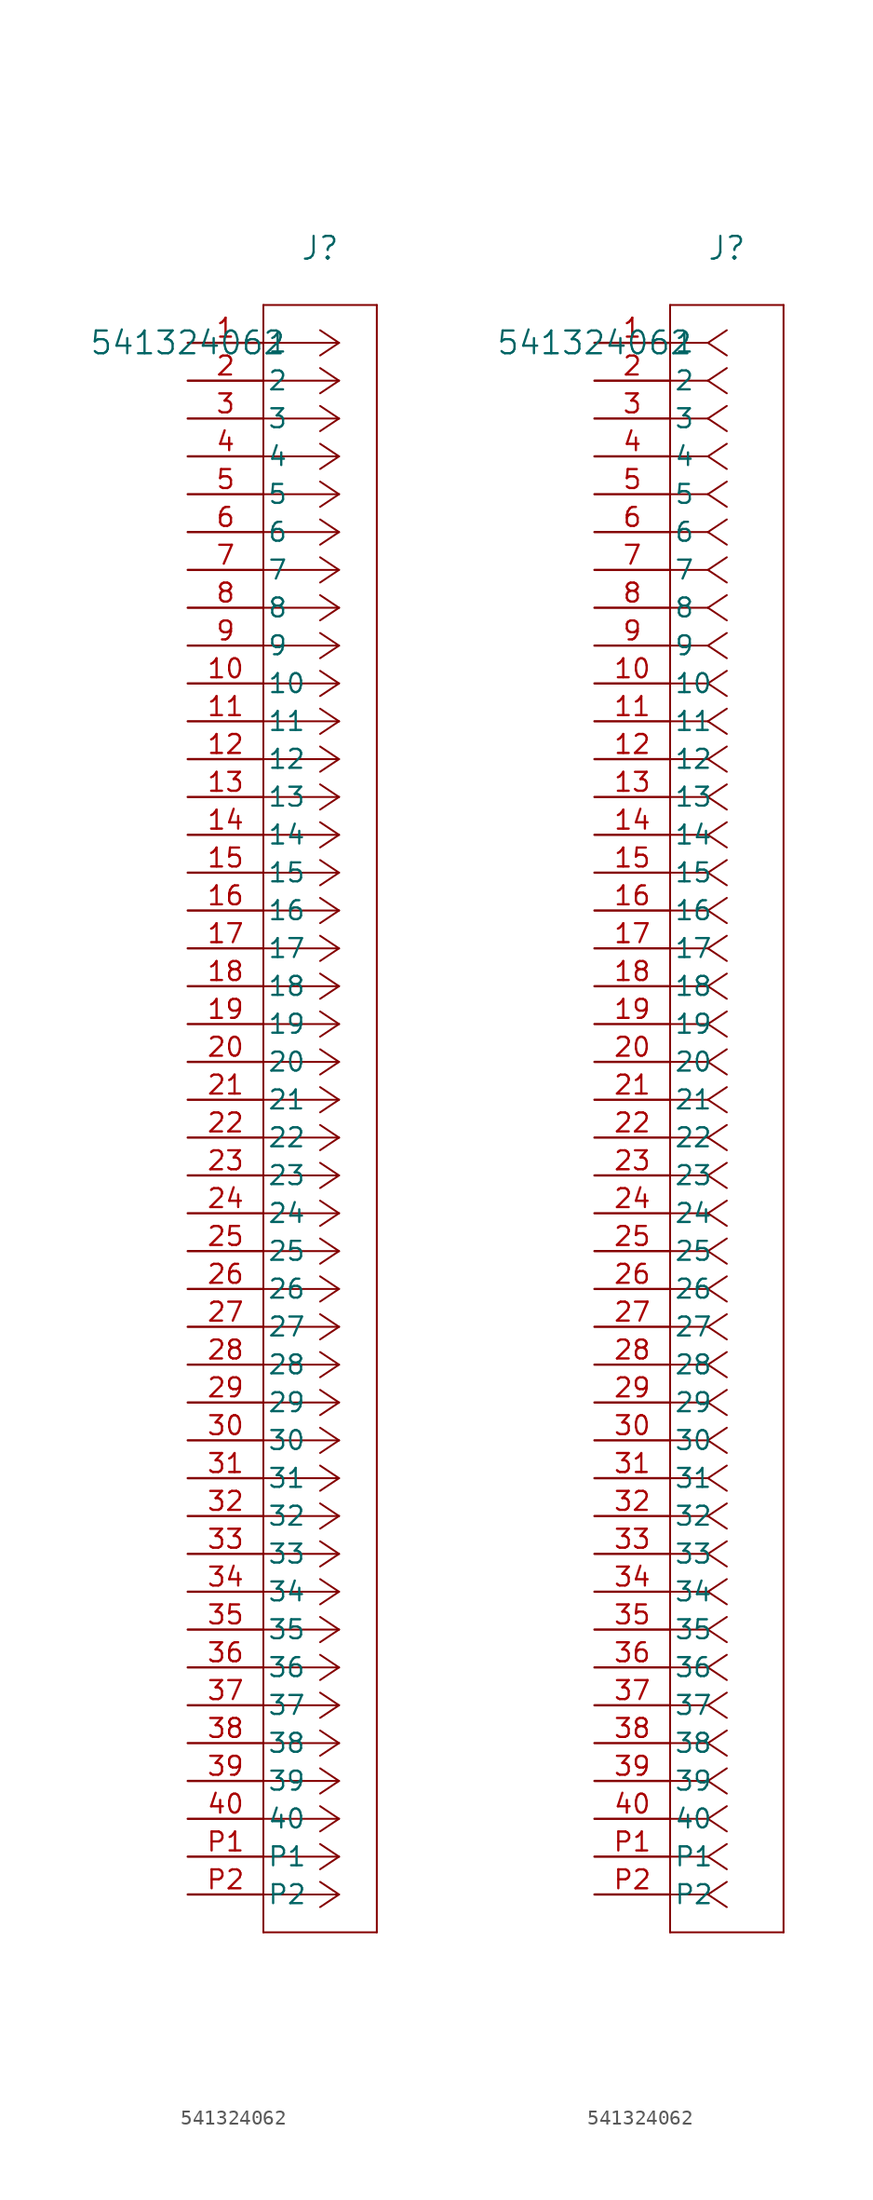
<source format=kicad_sym>
(kicad_symbol_lib
  (version 20231120)
  (generator "kicad_symbol_editor")
  (generator_version "8.0")
  (symbol "541324062"
    (pin_names
      (offset 0.254))
    (property "Reference" "J"
      (at 8.89 6.35 0)
      (effects (font (size 1.524 1.524))))
    (property "Value" "541324062"
      (at 0 0 0)
      (effects (font (size 1.524 1.524))))
    (property "ki_locked" ""
      (at 0 0 0)
      (effects (font (size 1.27 1.27))))
    (symbol "541324062_1_1"
      (polyline (pts (xy 5.08 -106.68) (xy 12.7 -106.68)) (stroke (width 0.127) (type default)) (fill (type none)))
      (polyline (pts (xy 5.08 2.54) (xy 5.08 -106.68)) (stroke (width 0.127) (type default)) (fill (type none)))
      (polyline (pts (xy 10.16 -104.14) (xy 5.08 -104.14)) (stroke (width 0.127) (type default)) (fill (type none)))
      (polyline (pts (xy 10.16 -104.14) (xy 8.89 -104.987)) (stroke (width 0.127) (type default)) (fill (type none)))
      (polyline (pts (xy 10.16 -104.14) (xy 8.89 -103.293)) (stroke (width 0.127) (type default)) (fill (type none)))
      (polyline (pts (xy 10.16 -101.6) (xy 5.08 -101.6)) (stroke (width 0.127) (type default)) (fill (type none)))
      (polyline (pts (xy 10.16 -101.6) (xy 8.89 -102.447)) (stroke (width 0.127) (type default)) (fill (type none)))
      (polyline (pts (xy 10.16 -101.6) (xy 8.89 -100.753)) (stroke (width 0.127) (type default)) (fill (type none)))
      (polyline (pts (xy 10.16 -99.06) (xy 5.08 -99.06)) (stroke (width 0.127) (type default)) (fill (type none)))
      (polyline (pts (xy 10.16 -99.06) (xy 8.89 -99.907)) (stroke (width 0.127) (type default)) (fill (type none)))
      (polyline (pts (xy 10.16 -99.06) (xy 8.89 -98.213)) (stroke (width 0.127) (type default)) (fill (type none)))
      (polyline (pts (xy 10.16 -96.52) (xy 5.08 -96.52)) (stroke (width 0.127) (type default)) (fill (type none)))
      (polyline (pts (xy 10.16 -96.52) (xy 8.89 -97.367)) (stroke (width 0.127) (type default)) (fill (type none)))
      (polyline (pts (xy 10.16 -96.52) (xy 8.89 -95.673)) (stroke (width 0.127) (type default)) (fill (type none)))
      (polyline (pts (xy 10.16 -93.98) (xy 5.08 -93.98)) (stroke (width 0.127) (type default)) (fill (type none)))
      (polyline (pts (xy 10.16 -93.98) (xy 8.89 -94.827)) (stroke (width 0.127) (type default)) (fill (type none)))
      (polyline (pts (xy 10.16 -93.98) (xy 8.89 -93.133)) (stroke (width 0.127) (type default)) (fill (type none)))
      (polyline (pts (xy 10.16 -91.44) (xy 5.08 -91.44)) (stroke (width 0.127) (type default)) (fill (type none)))
      (polyline (pts (xy 10.16 -91.44) (xy 8.89 -92.287)) (stroke (width 0.127) (type default)) (fill (type none)))
      (polyline (pts (xy 10.16 -91.44) (xy 8.89 -90.593)) (stroke (width 0.127) (type default)) (fill (type none)))
      (polyline (pts (xy 10.16 -88.9) (xy 5.08 -88.9)) (stroke (width 0.127) (type default)) (fill (type none)))
      (polyline (pts (xy 10.16 -88.9) (xy 8.89 -89.747)) (stroke (width 0.127) (type default)) (fill (type none)))
      (polyline (pts (xy 10.16 -88.9) (xy 8.89 -88.053)) (stroke (width 0.127) (type default)) (fill (type none)))
      (polyline (pts (xy 10.16 -86.36) (xy 5.08 -86.36)) (stroke (width 0.127) (type default)) (fill (type none)))
      (polyline (pts (xy 10.16 -86.36) (xy 8.89 -87.207)) (stroke (width 0.127) (type default)) (fill (type none)))
      (polyline (pts (xy 10.16 -86.36) (xy 8.89 -85.513)) (stroke (width 0.127) (type default)) (fill (type none)))
      (polyline (pts (xy 10.16 -83.82) (xy 5.08 -83.82)) (stroke (width 0.127) (type default)) (fill (type none)))
      (polyline (pts (xy 10.16 -83.82) (xy 8.89 -84.667)) (stroke (width 0.127) (type default)) (fill (type none)))
      (polyline (pts (xy 10.16 -83.82) (xy 8.89 -82.973)) (stroke (width 0.127) (type default)) (fill (type none)))
      (polyline (pts (xy 10.16 -81.28) (xy 5.08 -81.28)) (stroke (width 0.127) (type default)) (fill (type none)))
      (polyline (pts (xy 10.16 -81.28) (xy 8.89 -82.127)) (stroke (width 0.127) (type default)) (fill (type none)))
      (polyline (pts (xy 10.16 -81.28) (xy 8.89 -80.433)) (stroke (width 0.127) (type default)) (fill (type none)))
      (polyline (pts (xy 10.16 -78.74) (xy 5.08 -78.74)) (stroke (width 0.127) (type default)) (fill (type none)))
      (polyline (pts (xy 10.16 -78.74) (xy 8.89 -79.587)) (stroke (width 0.127) (type default)) (fill (type none)))
      (polyline (pts (xy 10.16 -78.74) (xy 8.89 -77.893)) (stroke (width 0.127) (type default)) (fill (type none)))
      (polyline (pts (xy 10.16 -76.2) (xy 5.08 -76.2)) (stroke (width 0.127) (type default)) (fill (type none)))
      (polyline (pts (xy 10.16 -76.2) (xy 8.89 -77.047)) (stroke (width 0.127) (type default)) (fill (type none)))
      (polyline (pts (xy 10.16 -76.2) (xy 8.89 -75.353)) (stroke (width 0.127) (type default)) (fill (type none)))
      (polyline (pts (xy 10.16 -73.66) (xy 5.08 -73.66)) (stroke (width 0.127) (type default)) (fill (type none)))
      (polyline (pts (xy 10.16 -73.66) (xy 8.89 -74.507)) (stroke (width 0.127) (type default)) (fill (type none)))
      (polyline (pts (xy 10.16 -73.66) (xy 8.89 -72.813)) (stroke (width 0.127) (type default)) (fill (type none)))
      (polyline (pts (xy 10.16 -71.12) (xy 5.08 -71.12)) (stroke (width 0.127) (type default)) (fill (type none)))
      (polyline (pts (xy 10.16 -71.12) (xy 8.89 -71.967)) (stroke (width 0.127) (type default)) (fill (type none)))
      (polyline (pts (xy 10.16 -71.12) (xy 8.89 -70.273)) (stroke (width 0.127) (type default)) (fill (type none)))
      (polyline (pts (xy 10.16 -68.58) (xy 5.08 -68.58)) (stroke (width 0.127) (type default)) (fill (type none)))
      (polyline (pts (xy 10.16 -68.58) (xy 8.89 -69.427)) (stroke (width 0.127) (type default)) (fill (type none)))
      (polyline (pts (xy 10.16 -68.58) (xy 8.89 -67.733)) (stroke (width 0.127) (type default)) (fill (type none)))
      (polyline (pts (xy 10.16 -66.04) (xy 5.08 -66.04)) (stroke (width 0.127) (type default)) (fill (type none)))
      (polyline (pts (xy 10.16 -66.04) (xy 8.89 -66.887)) (stroke (width 0.127) (type default)) (fill (type none)))
      (polyline (pts (xy 10.16 -66.04) (xy 8.89 -65.193)) (stroke (width 0.127) (type default)) (fill (type none)))
      (polyline (pts (xy 10.16 -63.5) (xy 5.08 -63.5)) (stroke (width 0.127) (type default)) (fill (type none)))
      (polyline (pts (xy 10.16 -63.5) (xy 8.89 -64.347)) (stroke (width 0.127) (type default)) (fill (type none)))
      (polyline (pts (xy 10.16 -63.5) (xy 8.89 -62.653)) (stroke (width 0.127) (type default)) (fill (type none)))
      (polyline (pts (xy 10.16 -60.96) (xy 5.08 -60.96)) (stroke (width 0.127) (type default)) (fill (type none)))
      (polyline (pts (xy 10.16 -60.96) (xy 8.89 -61.807)) (stroke (width 0.127) (type default)) (fill (type none)))
      (polyline (pts (xy 10.16 -60.96) (xy 8.89 -60.113)) (stroke (width 0.127) (type default)) (fill (type none)))
      (polyline (pts (xy 10.16 -58.42) (xy 5.08 -58.42)) (stroke (width 0.127) (type default)) (fill (type none)))
      (polyline (pts (xy 10.16 -58.42) (xy 8.89 -59.267)) (stroke (width 0.127) (type default)) (fill (type none)))
      (polyline (pts (xy 10.16 -58.42) (xy 8.89 -57.573)) (stroke (width 0.127) (type default)) (fill (type none)))
      (polyline (pts (xy 10.16 -55.88) (xy 5.08 -55.88)) (stroke (width 0.127) (type default)) (fill (type none)))
      (polyline (pts (xy 10.16 -55.88) (xy 8.89 -56.727)) (stroke (width 0.127) (type default)) (fill (type none)))
      (polyline (pts (xy 10.16 -55.88) (xy 8.89 -55.033)) (stroke (width 0.127) (type default)) (fill (type none)))
      (polyline (pts (xy 10.16 -53.34) (xy 5.08 -53.34)) (stroke (width 0.127) (type default)) (fill (type none)))
      (polyline (pts (xy 10.16 -53.34) (xy 8.89 -54.187)) (stroke (width 0.127) (type default)) (fill (type none)))
      (polyline (pts (xy 10.16 -53.34) (xy 8.89 -52.493)) (stroke (width 0.127) (type default)) (fill (type none)))
      (polyline (pts (xy 10.16 -50.8) (xy 5.08 -50.8)) (stroke (width 0.127) (type default)) (fill (type none)))
      (polyline (pts (xy 10.16 -50.8) (xy 8.89 -51.647)) (stroke (width 0.127) (type default)) (fill (type none)))
      (polyline (pts (xy 10.16 -50.8) (xy 8.89 -49.953)) (stroke (width 0.127) (type default)) (fill (type none)))
      (polyline (pts (xy 10.16 -48.26) (xy 5.08 -48.26)) (stroke (width 0.127) (type default)) (fill (type none)))
      (polyline (pts (xy 10.16 -48.26) (xy 8.89 -49.107)) (stroke (width 0.127) (type default)) (fill (type none)))
      (polyline (pts (xy 10.16 -48.26) (xy 8.89 -47.413)) (stroke (width 0.127) (type default)) (fill (type none)))
      (polyline (pts (xy 10.16 -45.72) (xy 5.08 -45.72)) (stroke (width 0.127) (type default)) (fill (type none)))
      (polyline (pts (xy 10.16 -45.72) (xy 8.89 -46.567)) (stroke (width 0.127) (type default)) (fill (type none)))
      (polyline (pts (xy 10.16 -45.72) (xy 8.89 -44.873)) (stroke (width 0.127) (type default)) (fill (type none)))
      (polyline (pts (xy 10.16 -43.18) (xy 5.08 -43.18)) (stroke (width 0.127) (type default)) (fill (type none)))
      (polyline (pts (xy 10.16 -43.18) (xy 8.89 -44.027)) (stroke (width 0.127) (type default)) (fill (type none)))
      (polyline (pts (xy 10.16 -43.18) (xy 8.89 -42.333)) (stroke (width 0.127) (type default)) (fill (type none)))
      (polyline (pts (xy 10.16 -40.64) (xy 5.08 -40.64)) (stroke (width 0.127) (type default)) (fill (type none)))
      (polyline (pts (xy 10.16 -40.64) (xy 8.89 -41.487)) (stroke (width 0.127) (type default)) (fill (type none)))
      (polyline (pts (xy 10.16 -40.64) (xy 8.89 -39.793)) (stroke (width 0.127) (type default)) (fill (type none)))
      (polyline (pts (xy 10.16 -38.1) (xy 5.08 -38.1)) (stroke (width 0.127) (type default)) (fill (type none)))
      (polyline (pts (xy 10.16 -38.1) (xy 8.89 -38.947)) (stroke (width 0.127) (type default)) (fill (type none)))
      (polyline (pts (xy 10.16 -38.1) (xy 8.89 -37.253)) (stroke (width 0.127) (type default)) (fill (type none)))
      (polyline (pts (xy 10.16 -35.56) (xy 5.08 -35.56)) (stroke (width 0.127) (type default)) (fill (type none)))
      (polyline (pts (xy 10.16 -35.56) (xy 8.89 -36.407)) (stroke (width 0.127) (type default)) (fill (type none)))
      (polyline (pts (xy 10.16 -35.56) (xy 8.89 -34.713)) (stroke (width 0.127) (type default)) (fill (type none)))
      (polyline (pts (xy 10.16 -33.02) (xy 5.08 -33.02)) (stroke (width 0.127) (type default)) (fill (type none)))
      (polyline (pts (xy 10.16 -33.02) (xy 8.89 -33.867)) (stroke (width 0.127) (type default)) (fill (type none)))
      (polyline (pts (xy 10.16 -33.02) (xy 8.89 -32.173)) (stroke (width 0.127) (type default)) (fill (type none)))
      (polyline (pts (xy 10.16 -30.48) (xy 5.08 -30.48)) (stroke (width 0.127) (type default)) (fill (type none)))
      (polyline (pts (xy 10.16 -30.48) (xy 8.89 -31.327)) (stroke (width 0.127) (type default)) (fill (type none)))
      (polyline (pts (xy 10.16 -30.48) (xy 8.89 -29.633)) (stroke (width 0.127) (type default)) (fill (type none)))
      (polyline (pts (xy 10.16 -27.94) (xy 5.08 -27.94)) (stroke (width 0.127) (type default)) (fill (type none)))
      (polyline (pts (xy 10.16 -27.94) (xy 8.89 -28.787)) (stroke (width 0.127) (type default)) (fill (type none)))
      (polyline (pts (xy 10.16 -27.94) (xy 8.89 -27.093)) (stroke (width 0.127) (type default)) (fill (type none)))
      (polyline (pts (xy 10.16 -25.4) (xy 5.08 -25.4)) (stroke (width 0.127) (type default)) (fill (type none)))
      (polyline (pts (xy 10.16 -25.4) (xy 8.89 -26.247)) (stroke (width 0.127) (type default)) (fill (type none)))
      (polyline (pts (xy 10.16 -25.4) (xy 8.89 -24.553)) (stroke (width 0.127) (type default)) (fill (type none)))
      (polyline (pts (xy 10.16 -22.86) (xy 5.08 -22.86)) (stroke (width 0.127) (type default)) (fill (type none)))
      (polyline (pts (xy 10.16 -22.86) (xy 8.89 -23.707)) (stroke (width 0.127) (type default)) (fill (type none)))
      (polyline (pts (xy 10.16 -22.86) (xy 8.89 -22.013)) (stroke (width 0.127) (type default)) (fill (type none)))
      (polyline (pts (xy 10.16 -20.32) (xy 5.08 -20.32)) (stroke (width 0.127) (type default)) (fill (type none)))
      (polyline (pts (xy 10.16 -20.32) (xy 8.89 -21.167)) (stroke (width 0.127) (type default)) (fill (type none)))
      (polyline (pts (xy 10.16 -20.32) (xy 8.89 -19.473)) (stroke (width 0.127) (type default)) (fill (type none)))
      (polyline (pts (xy 10.16 -17.78) (xy 5.08 -17.78)) (stroke (width 0.127) (type default)) (fill (type none)))
      (polyline (pts (xy 10.16 -17.78) (xy 8.89 -18.627)) (stroke (width 0.127) (type default)) (fill (type none)))
      (polyline (pts (xy 10.16 -17.78) (xy 8.89 -16.933)) (stroke (width 0.127) (type default)) (fill (type none)))
      (polyline (pts (xy 10.16 -15.24) (xy 5.08 -15.24)) (stroke (width 0.127) (type default)) (fill (type none)))
      (polyline (pts (xy 10.16 -15.24) (xy 8.89 -16.087)) (stroke (width 0.127) (type default)) (fill (type none)))
      (polyline (pts (xy 10.16 -15.24) (xy 8.89 -14.393)) (stroke (width 0.127) (type default)) (fill (type none)))
      (polyline (pts (xy 10.16 -12.7) (xy 5.08 -12.7)) (stroke (width 0.127) (type default)) (fill (type none)))
      (polyline (pts (xy 10.16 -12.7) (xy 8.89 -13.547)) (stroke (width 0.127) (type default)) (fill (type none)))
      (polyline (pts (xy 10.16 -12.7) (xy 8.89 -11.853)) (stroke (width 0.127) (type default)) (fill (type none)))
      (polyline (pts (xy 10.16 -10.16) (xy 5.08 -10.16)) (stroke (width 0.127) (type default)) (fill (type none)))
      (polyline (pts (xy 10.16 -10.16) (xy 8.89 -11.007)) (stroke (width 0.127) (type default)) (fill (type none)))
      (polyline (pts (xy 10.16 -10.16) (xy 8.89 -9.313)) (stroke (width 0.127) (type default)) (fill (type none)))
      (polyline (pts (xy 10.16 -7.62) (xy 5.08 -7.62)) (stroke (width 0.127) (type default)) (fill (type none)))
      (polyline (pts (xy 10.16 -7.62) (xy 8.89 -8.467)) (stroke (width 0.127) (type default)) (fill (type none)))
      (polyline (pts (xy 10.16 -7.62) (xy 8.89 -6.773)) (stroke (width 0.127) (type default)) (fill (type none)))
      (polyline (pts (xy 10.16 -5.08) (xy 5.08 -5.08)) (stroke (width 0.127) (type default)) (fill (type none)))
      (polyline (pts (xy 10.16 -5.08) (xy 8.89 -5.927)) (stroke (width 0.127) (type default)) (fill (type none)))
      (polyline (pts (xy 10.16 -5.08) (xy 8.89 -4.233)) (stroke (width 0.127) (type default)) (fill (type none)))
      (polyline (pts (xy 10.16 -2.54) (xy 5.08 -2.54)) (stroke (width 0.127) (type default)) (fill (type none)))
      (polyline (pts (xy 10.16 -2.54) (xy 8.89 -3.387)) (stroke (width 0.127) (type default)) (fill (type none)))
      (polyline (pts (xy 10.16 -2.54) (xy 8.89 -1.693)) (stroke (width 0.127) (type default)) (fill (type none)))
      (polyline (pts (xy 10.16 0) (xy 5.08 0)) (stroke (width 0.127) (type default)) (fill (type none)))
      (polyline (pts (xy 10.16 0) (xy 8.89 -0.847)) (stroke (width 0.127) (type default)) (fill (type none)))
      (polyline (pts (xy 10.16 0) (xy 8.89 0.847)) (stroke (width 0.127) (type default)) (fill (type none)))
      (polyline (pts (xy 12.7 -106.68) (xy 12.7 2.54)) (stroke (width 0.127) (type default)) (fill (type none)))
      (polyline (pts (xy 12.7 2.54) (xy 5.08 2.54)) (stroke (width 0.127) (type default)) (fill (type none)))
      (pin unspecified line (at 0 0 0) (length 5.08) (name "1" (effects (font (size 1.27 1.27)))) (number "1" (effects (font (size 1.27 1.27)))))
      (pin unspecified line (at 0 -22.86 0) (length 5.08) (name "10" (effects (font (size 1.27 1.27)))) (number "10" (effects (font (size 1.27 1.27)))))
      (pin unspecified line (at 0 -25.4 0) (length 5.08) (name "11" (effects (font (size 1.27 1.27)))) (number "11" (effects (font (size 1.27 1.27)))))
      (pin unspecified line (at 0 -27.94 0) (length 5.08) (name "12" (effects (font (size 1.27 1.27)))) (number "12" (effects (font (size 1.27 1.27)))))
      (pin unspecified line (at 0 -30.48 0) (length 5.08) (name "13" (effects (font (size 1.27 1.27)))) (number "13" (effects (font (size 1.27 1.27)))))
      (pin unspecified line (at 0 -33.02 0) (length 5.08) (name "14" (effects (font (size 1.27 1.27)))) (number "14" (effects (font (size 1.27 1.27)))))
      (pin unspecified line (at 0 -35.56 0) (length 5.08) (name "15" (effects (font (size 1.27 1.27)))) (number "15" (effects (font (size 1.27 1.27)))))
      (pin unspecified line (at 0 -38.1 0) (length 5.08) (name "16" (effects (font (size 1.27 1.27)))) (number "16" (effects (font (size 1.27 1.27)))))
      (pin unspecified line (at 0 -40.64 0) (length 5.08) (name "17" (effects (font (size 1.27 1.27)))) (number "17" (effects (font (size 1.27 1.27)))))
      (pin unspecified line (at 0 -43.18 0) (length 5.08) (name "18" (effects (font (size 1.27 1.27)))) (number "18" (effects (font (size 1.27 1.27)))))
      (pin unspecified line (at 0 -45.72 0) (length 5.08) (name "19" (effects (font (size 1.27 1.27)))) (number "19" (effects (font (size 1.27 1.27)))))
      (pin unspecified line (at 0 -2.54 0) (length 5.08) (name "2" (effects (font (size 1.27 1.27)))) (number "2" (effects (font (size 1.27 1.27)))))
      (pin unspecified line (at 0 -48.26 0) (length 5.08) (name "20" (effects (font (size 1.27 1.27)))) (number "20" (effects (font (size 1.27 1.27)))))
      (pin unspecified line (at 0 -50.8 0) (length 5.08) (name "21" (effects (font (size 1.27 1.27)))) (number "21" (effects (font (size 1.27 1.27)))))
      (pin unspecified line (at 0 -53.34 0) (length 5.08) (name "22" (effects (font (size 1.27 1.27)))) (number "22" (effects (font (size 1.27 1.27)))))
      (pin unspecified line (at 0 -55.88 0) (length 5.08) (name "23" (effects (font (size 1.27 1.27)))) (number "23" (effects (font (size 1.27 1.27)))))
      (pin unspecified line (at 0 -58.42 0) (length 5.08) (name "24" (effects (font (size 1.27 1.27)))) (number "24" (effects (font (size 1.27 1.27)))))
      (pin unspecified line (at 0 -60.96 0) (length 5.08) (name "25" (effects (font (size 1.27 1.27)))) (number "25" (effects (font (size 1.27 1.27)))))
      (pin unspecified line (at 0 -63.5 0) (length 5.08) (name "26" (effects (font (size 1.27 1.27)))) (number "26" (effects (font (size 1.27 1.27)))))
      (pin unspecified line (at 0 -66.04 0) (length 5.08) (name "27" (effects (font (size 1.27 1.27)))) (number "27" (effects (font (size 1.27 1.27)))))
      (pin unspecified line (at 0 -68.58 0) (length 5.08) (name "28" (effects (font (size 1.27 1.27)))) (number "28" (effects (font (size 1.27 1.27)))))
      (pin unspecified line (at 0 -71.12 0) (length 5.08) (name "29" (effects (font (size 1.27 1.27)))) (number "29" (effects (font (size 1.27 1.27)))))
      (pin unspecified line (at 0 -5.08 0) (length 5.08) (name "3" (effects (font (size 1.27 1.27)))) (number "3" (effects (font (size 1.27 1.27)))))
      (pin unspecified line (at 0 -73.66 0) (length 5.08) (name "30" (effects (font (size 1.27 1.27)))) (number "30" (effects (font (size 1.27 1.27)))))
      (pin unspecified line (at 0 -76.2 0) (length 5.08) (name "31" (effects (font (size 1.27 1.27)))) (number "31" (effects (font (size 1.27 1.27)))))
      (pin unspecified line (at 0 -78.74 0) (length 5.08) (name "32" (effects (font (size 1.27 1.27)))) (number "32" (effects (font (size 1.27 1.27)))))
      (pin unspecified line (at 0 -81.28 0) (length 5.08) (name "33" (effects (font (size 1.27 1.27)))) (number "33" (effects (font (size 1.27 1.27)))))
      (pin unspecified line (at 0 -83.82 0) (length 5.08) (name "34" (effects (font (size 1.27 1.27)))) (number "34" (effects (font (size 1.27 1.27)))))
      (pin unspecified line (at 0 -86.36 0) (length 5.08) (name "35" (effects (font (size 1.27 1.27)))) (number "35" (effects (font (size 1.27 1.27)))))
      (pin unspecified line (at 0 -88.9 0) (length 5.08) (name "36" (effects (font (size 1.27 1.27)))) (number "36" (effects (font (size 1.27 1.27)))))
      (pin unspecified line (at 0 -91.44 0) (length 5.08) (name "37" (effects (font (size 1.27 1.27)))) (number "37" (effects (font (size 1.27 1.27)))))
      (pin unspecified line (at 0 -93.98 0) (length 5.08) (name "38" (effects (font (size 1.27 1.27)))) (number "38" (effects (font (size 1.27 1.27)))))
      (pin unspecified line (at 0 -96.52 0) (length 5.08) (name "39" (effects (font (size 1.27 1.27)))) (number "39" (effects (font (size 1.27 1.27)))))
      (pin unspecified line (at 0 -7.62 0) (length 5.08) (name "4" (effects (font (size 1.27 1.27)))) (number "4" (effects (font (size 1.27 1.27)))))
      (pin unspecified line (at 0 -99.06 0) (length 5.08) (name "40" (effects (font (size 1.27 1.27)))) (number "40" (effects (font (size 1.27 1.27)))))
      (pin unspecified line (at 0 -10.16 0) (length 5.08) (name "5" (effects (font (size 1.27 1.27)))) (number "5" (effects (font (size 1.27 1.27)))))
      (pin unspecified line (at 0 -12.7 0) (length 5.08) (name "6" (effects (font (size 1.27 1.27)))) (number "6" (effects (font (size 1.27 1.27)))))
      (pin unspecified line (at 0 -15.24 0) (length 5.08) (name "7" (effects (font (size 1.27 1.27)))) (number "7" (effects (font (size 1.27 1.27)))))
      (pin unspecified line (at 0 -17.78 0) (length 5.08) (name "8" (effects (font (size 1.27 1.27)))) (number "8" (effects (font (size 1.27 1.27)))))
      (pin unspecified line (at 0 -20.32 0) (length 5.08) (name "9" (effects (font (size 1.27 1.27)))) (number "9" (effects (font (size 1.27 1.27)))))
      (pin unspecified line (at 0 -101.6 0) (length 5.08) (name "P1" (effects (font (size 1.27 1.27)))) (number "P1" (effects (font (size 1.27 1.27)))))
      (pin unspecified line (at 0 -104.14 0) (length 5.08) (name "P2" (effects (font (size 1.27 1.27)))) (number "P2" (effects (font (size 1.27 1.27))))))
    (symbol "541324062_1_2"
      (polyline (pts (xy 5.08 -106.68) (xy 12.7 -106.68)) (stroke (width 0.127) (type default)) (fill (type none)))
      (polyline (pts (xy 5.08 2.54) (xy 5.08 -106.68)) (stroke (width 0.127) (type default)) (fill (type none)))
      (polyline (pts (xy 7.62 -104.14) (xy 5.08 -104.14)) (stroke (width 0.127) (type default)) (fill (type none)))
      (polyline (pts (xy 7.62 -104.14) (xy 8.89 -104.987)) (stroke (width 0.127) (type default)) (fill (type none)))
      (polyline (pts (xy 7.62 -104.14) (xy 8.89 -103.293)) (stroke (width 0.127) (type default)) (fill (type none)))
      (polyline (pts (xy 7.62 -101.6) (xy 5.08 -101.6)) (stroke (width 0.127) (type default)) (fill (type none)))
      (polyline (pts (xy 7.62 -101.6) (xy 8.89 -102.447)) (stroke (width 0.127) (type default)) (fill (type none)))
      (polyline (pts (xy 7.62 -101.6) (xy 8.89 -100.753)) (stroke (width 0.127) (type default)) (fill (type none)))
      (polyline (pts (xy 7.62 -99.06) (xy 5.08 -99.06)) (stroke (width 0.127) (type default)) (fill (type none)))
      (polyline (pts (xy 7.62 -99.06) (xy 8.89 -99.907)) (stroke (width 0.127) (type default)) (fill (type none)))
      (polyline (pts (xy 7.62 -99.06) (xy 8.89 -98.213)) (stroke (width 0.127) (type default)) (fill (type none)))
      (polyline (pts (xy 7.62 -96.52) (xy 5.08 -96.52)) (stroke (width 0.127) (type default)) (fill (type none)))
      (polyline (pts (xy 7.62 -96.52) (xy 8.89 -97.367)) (stroke (width 0.127) (type default)) (fill (type none)))
      (polyline (pts (xy 7.62 -96.52) (xy 8.89 -95.673)) (stroke (width 0.127) (type default)) (fill (type none)))
      (polyline (pts (xy 7.62 -93.98) (xy 5.08 -93.98)) (stroke (width 0.127) (type default)) (fill (type none)))
      (polyline (pts (xy 7.62 -93.98) (xy 8.89 -94.827)) (stroke (width 0.127) (type default)) (fill (type none)))
      (polyline (pts (xy 7.62 -93.98) (xy 8.89 -93.133)) (stroke (width 0.127) (type default)) (fill (type none)))
      (polyline (pts (xy 7.62 -91.44) (xy 5.08 -91.44)) (stroke (width 0.127) (type default)) (fill (type none)))
      (polyline (pts (xy 7.62 -91.44) (xy 8.89 -92.287)) (stroke (width 0.127) (type default)) (fill (type none)))
      (polyline (pts (xy 7.62 -91.44) (xy 8.89 -90.593)) (stroke (width 0.127) (type default)) (fill (type none)))
      (polyline (pts (xy 7.62 -88.9) (xy 5.08 -88.9)) (stroke (width 0.127) (type default)) (fill (type none)))
      (polyline (pts (xy 7.62 -88.9) (xy 8.89 -89.747)) (stroke (width 0.127) (type default)) (fill (type none)))
      (polyline (pts (xy 7.62 -88.9) (xy 8.89 -88.053)) (stroke (width 0.127) (type default)) (fill (type none)))
      (polyline (pts (xy 7.62 -86.36) (xy 5.08 -86.36)) (stroke (width 0.127) (type default)) (fill (type none)))
      (polyline (pts (xy 7.62 -86.36) (xy 8.89 -87.207)) (stroke (width 0.127) (type default)) (fill (type none)))
      (polyline (pts (xy 7.62 -86.36) (xy 8.89 -85.513)) (stroke (width 0.127) (type default)) (fill (type none)))
      (polyline (pts (xy 7.62 -83.82) (xy 5.08 -83.82)) (stroke (width 0.127) (type default)) (fill (type none)))
      (polyline (pts (xy 7.62 -83.82) (xy 8.89 -84.667)) (stroke (width 0.127) (type default)) (fill (type none)))
      (polyline (pts (xy 7.62 -83.82) (xy 8.89 -82.973)) (stroke (width 0.127) (type default)) (fill (type none)))
      (polyline (pts (xy 7.62 -81.28) (xy 5.08 -81.28)) (stroke (width 0.127) (type default)) (fill (type none)))
      (polyline (pts (xy 7.62 -81.28) (xy 8.89 -82.127)) (stroke (width 0.127) (type default)) (fill (type none)))
      (polyline (pts (xy 7.62 -81.28) (xy 8.89 -80.433)) (stroke (width 0.127) (type default)) (fill (type none)))
      (polyline (pts (xy 7.62 -78.74) (xy 5.08 -78.74)) (stroke (width 0.127) (type default)) (fill (type none)))
      (polyline (pts (xy 7.62 -78.74) (xy 8.89 -79.587)) (stroke (width 0.127) (type default)) (fill (type none)))
      (polyline (pts (xy 7.62 -78.74) (xy 8.89 -77.893)) (stroke (width 0.127) (type default)) (fill (type none)))
      (polyline (pts (xy 7.62 -76.2) (xy 5.08 -76.2)) (stroke (width 0.127) (type default)) (fill (type none)))
      (polyline (pts (xy 7.62 -76.2) (xy 8.89 -77.047)) (stroke (width 0.127) (type default)) (fill (type none)))
      (polyline (pts (xy 7.62 -76.2) (xy 8.89 -75.353)) (stroke (width 0.127) (type default)) (fill (type none)))
      (polyline (pts (xy 7.62 -73.66) (xy 5.08 -73.66)) (stroke (width 0.127) (type default)) (fill (type none)))
      (polyline (pts (xy 7.62 -73.66) (xy 8.89 -74.507)) (stroke (width 0.127) (type default)) (fill (type none)))
      (polyline (pts (xy 7.62 -73.66) (xy 8.89 -72.813)) (stroke (width 0.127) (type default)) (fill (type none)))
      (polyline (pts (xy 7.62 -71.12) (xy 5.08 -71.12)) (stroke (width 0.127) (type default)) (fill (type none)))
      (polyline (pts (xy 7.62 -71.12) (xy 8.89 -71.967)) (stroke (width 0.127) (type default)) (fill (type none)))
      (polyline (pts (xy 7.62 -71.12) (xy 8.89 -70.273)) (stroke (width 0.127) (type default)) (fill (type none)))
      (polyline (pts (xy 7.62 -68.58) (xy 5.08 -68.58)) (stroke (width 0.127) (type default)) (fill (type none)))
      (polyline (pts (xy 7.62 -68.58) (xy 8.89 -69.427)) (stroke (width 0.127) (type default)) (fill (type none)))
      (polyline (pts (xy 7.62 -68.58) (xy 8.89 -67.733)) (stroke (width 0.127) (type default)) (fill (type none)))
      (polyline (pts (xy 7.62 -66.04) (xy 5.08 -66.04)) (stroke (width 0.127) (type default)) (fill (type none)))
      (polyline (pts (xy 7.62 -66.04) (xy 8.89 -66.887)) (stroke (width 0.127) (type default)) (fill (type none)))
      (polyline (pts (xy 7.62 -66.04) (xy 8.89 -65.193)) (stroke (width 0.127) (type default)) (fill (type none)))
      (polyline (pts (xy 7.62 -63.5) (xy 5.08 -63.5)) (stroke (width 0.127) (type default)) (fill (type none)))
      (polyline (pts (xy 7.62 -63.5) (xy 8.89 -64.347)) (stroke (width 0.127) (type default)) (fill (type none)))
      (polyline (pts (xy 7.62 -63.5) (xy 8.89 -62.653)) (stroke (width 0.127) (type default)) (fill (type none)))
      (polyline (pts (xy 7.62 -60.96) (xy 5.08 -60.96)) (stroke (width 0.127) (type default)) (fill (type none)))
      (polyline (pts (xy 7.62 -60.96) (xy 8.89 -61.807)) (stroke (width 0.127) (type default)) (fill (type none)))
      (polyline (pts (xy 7.62 -60.96) (xy 8.89 -60.113)) (stroke (width 0.127) (type default)) (fill (type none)))
      (polyline (pts (xy 7.62 -58.42) (xy 5.08 -58.42)) (stroke (width 0.127) (type default)) (fill (type none)))
      (polyline (pts (xy 7.62 -58.42) (xy 8.89 -59.267)) (stroke (width 0.127) (type default)) (fill (type none)))
      (polyline (pts (xy 7.62 -58.42) (xy 8.89 -57.573)) (stroke (width 0.127) (type default)) (fill (type none)))
      (polyline (pts (xy 7.62 -55.88) (xy 5.08 -55.88)) (stroke (width 0.127) (type default)) (fill (type none)))
      (polyline (pts (xy 7.62 -55.88) (xy 8.89 -56.727)) (stroke (width 0.127) (type default)) (fill (type none)))
      (polyline (pts (xy 7.62 -55.88) (xy 8.89 -55.033)) (stroke (width 0.127) (type default)) (fill (type none)))
      (polyline (pts (xy 7.62 -53.34) (xy 5.08 -53.34)) (stroke (width 0.127) (type default)) (fill (type none)))
      (polyline (pts (xy 7.62 -53.34) (xy 8.89 -54.187)) (stroke (width 0.127) (type default)) (fill (type none)))
      (polyline (pts (xy 7.62 -53.34) (xy 8.89 -52.493)) (stroke (width 0.127) (type default)) (fill (type none)))
      (polyline (pts (xy 7.62 -50.8) (xy 5.08 -50.8)) (stroke (width 0.127) (type default)) (fill (type none)))
      (polyline (pts (xy 7.62 -50.8) (xy 8.89 -51.647)) (stroke (width 0.127) (type default)) (fill (type none)))
      (polyline (pts (xy 7.62 -50.8) (xy 8.89 -49.953)) (stroke (width 0.127) (type default)) (fill (type none)))
      (polyline (pts (xy 7.62 -48.26) (xy 5.08 -48.26)) (stroke (width 0.127) (type default)) (fill (type none)))
      (polyline (pts (xy 7.62 -48.26) (xy 8.89 -49.107)) (stroke (width 0.127) (type default)) (fill (type none)))
      (polyline (pts (xy 7.62 -48.26) (xy 8.89 -47.413)) (stroke (width 0.127) (type default)) (fill (type none)))
      (polyline (pts (xy 7.62 -45.72) (xy 5.08 -45.72)) (stroke (width 0.127) (type default)) (fill (type none)))
      (polyline (pts (xy 7.62 -45.72) (xy 8.89 -46.567)) (stroke (width 0.127) (type default)) (fill (type none)))
      (polyline (pts (xy 7.62 -45.72) (xy 8.89 -44.873)) (stroke (width 0.127) (type default)) (fill (type none)))
      (polyline (pts (xy 7.62 -43.18) (xy 5.08 -43.18)) (stroke (width 0.127) (type default)) (fill (type none)))
      (polyline (pts (xy 7.62 -43.18) (xy 8.89 -44.027)) (stroke (width 0.127) (type default)) (fill (type none)))
      (polyline (pts (xy 7.62 -43.18) (xy 8.89 -42.333)) (stroke (width 0.127) (type default)) (fill (type none)))
      (polyline (pts (xy 7.62 -40.64) (xy 5.08 -40.64)) (stroke (width 0.127) (type default)) (fill (type none)))
      (polyline (pts (xy 7.62 -40.64) (xy 8.89 -41.487)) (stroke (width 0.127) (type default)) (fill (type none)))
      (polyline (pts (xy 7.62 -40.64) (xy 8.89 -39.793)) (stroke (width 0.127) (type default)) (fill (type none)))
      (polyline (pts (xy 7.62 -38.1) (xy 5.08 -38.1)) (stroke (width 0.127) (type default)) (fill (type none)))
      (polyline (pts (xy 7.62 -38.1) (xy 8.89 -38.947)) (stroke (width 0.127) (type default)) (fill (type none)))
      (polyline (pts (xy 7.62 -38.1) (xy 8.89 -37.253)) (stroke (width 0.127) (type default)) (fill (type none)))
      (polyline (pts (xy 7.62 -35.56) (xy 5.08 -35.56)) (stroke (width 0.127) (type default)) (fill (type none)))
      (polyline (pts (xy 7.62 -35.56) (xy 8.89 -36.407)) (stroke (width 0.127) (type default)) (fill (type none)))
      (polyline (pts (xy 7.62 -35.56) (xy 8.89 -34.713)) (stroke (width 0.127) (type default)) (fill (type none)))
      (polyline (pts (xy 7.62 -33.02) (xy 5.08 -33.02)) (stroke (width 0.127) (type default)) (fill (type none)))
      (polyline (pts (xy 7.62 -33.02) (xy 8.89 -33.867)) (stroke (width 0.127) (type default)) (fill (type none)))
      (polyline (pts (xy 7.62 -33.02) (xy 8.89 -32.173)) (stroke (width 0.127) (type default)) (fill (type none)))
      (polyline (pts (xy 7.62 -30.48) (xy 5.08 -30.48)) (stroke (width 0.127) (type default)) (fill (type none)))
      (polyline (pts (xy 7.62 -30.48) (xy 8.89 -31.327)) (stroke (width 0.127) (type default)) (fill (type none)))
      (polyline (pts (xy 7.62 -30.48) (xy 8.89 -29.633)) (stroke (width 0.127) (type default)) (fill (type none)))
      (polyline (pts (xy 7.62 -27.94) (xy 5.08 -27.94)) (stroke (width 0.127) (type default)) (fill (type none)))
      (polyline (pts (xy 7.62 -27.94) (xy 8.89 -28.787)) (stroke (width 0.127) (type default)) (fill (type none)))
      (polyline (pts (xy 7.62 -27.94) (xy 8.89 -27.093)) (stroke (width 0.127) (type default)) (fill (type none)))
      (polyline (pts (xy 7.62 -25.4) (xy 5.08 -25.4)) (stroke (width 0.127) (type default)) (fill (type none)))
      (polyline (pts (xy 7.62 -25.4) (xy 8.89 -26.247)) (stroke (width 0.127) (type default)) (fill (type none)))
      (polyline (pts (xy 7.62 -25.4) (xy 8.89 -24.553)) (stroke (width 0.127) (type default)) (fill (type none)))
      (polyline (pts (xy 7.62 -22.86) (xy 5.08 -22.86)) (stroke (width 0.127) (type default)) (fill (type none)))
      (polyline (pts (xy 7.62 -22.86) (xy 8.89 -23.707)) (stroke (width 0.127) (type default)) (fill (type none)))
      (polyline (pts (xy 7.62 -22.86) (xy 8.89 -22.013)) (stroke (width 0.127) (type default)) (fill (type none)))
      (polyline (pts (xy 7.62 -20.32) (xy 5.08 -20.32)) (stroke (width 0.127) (type default)) (fill (type none)))
      (polyline (pts (xy 7.62 -20.32) (xy 8.89 -21.167)) (stroke (width 0.127) (type default)) (fill (type none)))
      (polyline (pts (xy 7.62 -20.32) (xy 8.89 -19.473)) (stroke (width 0.127) (type default)) (fill (type none)))
      (polyline (pts (xy 7.62 -17.78) (xy 5.08 -17.78)) (stroke (width 0.127) (type default)) (fill (type none)))
      (polyline (pts (xy 7.62 -17.78) (xy 8.89 -18.627)) (stroke (width 0.127) (type default)) (fill (type none)))
      (polyline (pts (xy 7.62 -17.78) (xy 8.89 -16.933)) (stroke (width 0.127) (type default)) (fill (type none)))
      (polyline (pts (xy 7.62 -15.24) (xy 5.08 -15.24)) (stroke (width 0.127) (type default)) (fill (type none)))
      (polyline (pts (xy 7.62 -15.24) (xy 8.89 -16.087)) (stroke (width 0.127) (type default)) (fill (type none)))
      (polyline (pts (xy 7.62 -15.24) (xy 8.89 -14.393)) (stroke (width 0.127) (type default)) (fill (type none)))
      (polyline (pts (xy 7.62 -12.7) (xy 5.08 -12.7)) (stroke (width 0.127) (type default)) (fill (type none)))
      (polyline (pts (xy 7.62 -12.7) (xy 8.89 -13.547)) (stroke (width 0.127) (type default)) (fill (type none)))
      (polyline (pts (xy 7.62 -12.7) (xy 8.89 -11.853)) (stroke (width 0.127) (type default)) (fill (type none)))
      (polyline (pts (xy 7.62 -10.16) (xy 5.08 -10.16)) (stroke (width 0.127) (type default)) (fill (type none)))
      (polyline (pts (xy 7.62 -10.16) (xy 8.89 -11.007)) (stroke (width 0.127) (type default)) (fill (type none)))
      (polyline (pts (xy 7.62 -10.16) (xy 8.89 -9.313)) (stroke (width 0.127) (type default)) (fill (type none)))
      (polyline (pts (xy 7.62 -7.62) (xy 5.08 -7.62)) (stroke (width 0.127) (type default)) (fill (type none)))
      (polyline (pts (xy 7.62 -7.62) (xy 8.89 -8.467)) (stroke (width 0.127) (type default)) (fill (type none)))
      (polyline (pts (xy 7.62 -7.62) (xy 8.89 -6.773)) (stroke (width 0.127) (type default)) (fill (type none)))
      (polyline (pts (xy 7.62 -5.08) (xy 5.08 -5.08)) (stroke (width 0.127) (type default)) (fill (type none)))
      (polyline (pts (xy 7.62 -5.08) (xy 8.89 -5.927)) (stroke (width 0.127) (type default)) (fill (type none)))
      (polyline (pts (xy 7.62 -5.08) (xy 8.89 -4.233)) (stroke (width 0.127) (type default)) (fill (type none)))
      (polyline (pts (xy 7.62 -2.54) (xy 5.08 -2.54)) (stroke (width 0.127) (type default)) (fill (type none)))
      (polyline (pts (xy 7.62 -2.54) (xy 8.89 -3.387)) (stroke (width 0.127) (type default)) (fill (type none)))
      (polyline (pts (xy 7.62 -2.54) (xy 8.89 -1.693)) (stroke (width 0.127) (type default)) (fill (type none)))
      (polyline (pts (xy 7.62 0) (xy 5.08 0)) (stroke (width 0.127) (type default)) (fill (type none)))
      (polyline (pts (xy 7.62 0) (xy 8.89 -0.847)) (stroke (width 0.127) (type default)) (fill (type none)))
      (polyline (pts (xy 7.62 0) (xy 8.89 0.847)) (stroke (width 0.127) (type default)) (fill (type none)))
      (polyline (pts (xy 12.7 -106.68) (xy 12.7 2.54)) (stroke (width 0.127) (type default)) (fill (type none)))
      (polyline (pts (xy 12.7 2.54) (xy 5.08 2.54)) (stroke (width 0.127) (type default)) (fill (type none)))
      (pin unspecified line (at 0 0 0) (length 5.08) (name "1" (effects (font (size 1.27 1.27)))) (number "1" (effects (font (size 1.27 1.27)))))
      (pin unspecified line (at 0 -22.86 0) (length 5.08) (name "10" (effects (font (size 1.27 1.27)))) (number "10" (effects (font (size 1.27 1.27)))))
      (pin unspecified line (at 0 -25.4 0) (length 5.08) (name "11" (effects (font (size 1.27 1.27)))) (number "11" (effects (font (size 1.27 1.27)))))
      (pin unspecified line (at 0 -27.94 0) (length 5.08) (name "12" (effects (font (size 1.27 1.27)))) (number "12" (effects (font (size 1.27 1.27)))))
      (pin unspecified line (at 0 -30.48 0) (length 5.08) (name "13" (effects (font (size 1.27 1.27)))) (number "13" (effects (font (size 1.27 1.27)))))
      (pin unspecified line (at 0 -33.02 0) (length 5.08) (name "14" (effects (font (size 1.27 1.27)))) (number "14" (effects (font (size 1.27 1.27)))))
      (pin unspecified line (at 0 -35.56 0) (length 5.08) (name "15" (effects (font (size 1.27 1.27)))) (number "15" (effects (font (size 1.27 1.27)))))
      (pin unspecified line (at 0 -38.1 0) (length 5.08) (name "16" (effects (font (size 1.27 1.27)))) (number "16" (effects (font (size 1.27 1.27)))))
      (pin unspecified line (at 0 -40.64 0) (length 5.08) (name "17" (effects (font (size 1.27 1.27)))) (number "17" (effects (font (size 1.27 1.27)))))
      (pin unspecified line (at 0 -43.18 0) (length 5.08) (name "18" (effects (font (size 1.27 1.27)))) (number "18" (effects (font (size 1.27 1.27)))))
      (pin unspecified line (at 0 -45.72 0) (length 5.08) (name "19" (effects (font (size 1.27 1.27)))) (number "19" (effects (font (size 1.27 1.27)))))
      (pin unspecified line (at 0 -2.54 0) (length 5.08) (name "2" (effects (font (size 1.27 1.27)))) (number "2" (effects (font (size 1.27 1.27)))))
      (pin unspecified line (at 0 -48.26 0) (length 5.08) (name "20" (effects (font (size 1.27 1.27)))) (number "20" (effects (font (size 1.27 1.27)))))
      (pin unspecified line (at 0 -50.8 0) (length 5.08) (name "21" (effects (font (size 1.27 1.27)))) (number "21" (effects (font (size 1.27 1.27)))))
      (pin unspecified line (at 0 -53.34 0) (length 5.08) (name "22" (effects (font (size 1.27 1.27)))) (number "22" (effects (font (size 1.27 1.27)))))
      (pin unspecified line (at 0 -55.88 0) (length 5.08) (name "23" (effects (font (size 1.27 1.27)))) (number "23" (effects (font (size 1.27 1.27)))))
      (pin unspecified line (at 0 -58.42 0) (length 5.08) (name "24" (effects (font (size 1.27 1.27)))) (number "24" (effects (font (size 1.27 1.27)))))
      (pin unspecified line (at 0 -60.96 0) (length 5.08) (name "25" (effects (font (size 1.27 1.27)))) (number "25" (effects (font (size 1.27 1.27)))))
      (pin unspecified line (at 0 -63.5 0) (length 5.08) (name "26" (effects (font (size 1.27 1.27)))) (number "26" (effects (font (size 1.27 1.27)))))
      (pin unspecified line (at 0 -66.04 0) (length 5.08) (name "27" (effects (font (size 1.27 1.27)))) (number "27" (effects (font (size 1.27 1.27)))))
      (pin unspecified line (at 0 -68.58 0) (length 5.08) (name "28" (effects (font (size 1.27 1.27)))) (number "28" (effects (font (size 1.27 1.27)))))
      (pin unspecified line (at 0 -71.12 0) (length 5.08) (name "29" (effects (font (size 1.27 1.27)))) (number "29" (effects (font (size 1.27 1.27)))))
      (pin unspecified line (at 0 -5.08 0) (length 5.08) (name "3" (effects (font (size 1.27 1.27)))) (number "3" (effects (font (size 1.27 1.27)))))
      (pin unspecified line (at 0 -73.66 0) (length 5.08) (name "30" (effects (font (size 1.27 1.27)))) (number "30" (effects (font (size 1.27 1.27)))))
      (pin unspecified line (at 0 -76.2 0) (length 5.08) (name "31" (effects (font (size 1.27 1.27)))) (number "31" (effects (font (size 1.27 1.27)))))
      (pin unspecified line (at 0 -78.74 0) (length 5.08) (name "32" (effects (font (size 1.27 1.27)))) (number "32" (effects (font (size 1.27 1.27)))))
      (pin unspecified line (at 0 -81.28 0) (length 5.08) (name "33" (effects (font (size 1.27 1.27)))) (number "33" (effects (font (size 1.27 1.27)))))
      (pin unspecified line (at 0 -83.82 0) (length 5.08) (name "34" (effects (font (size 1.27 1.27)))) (number "34" (effects (font (size 1.27 1.27)))))
      (pin unspecified line (at 0 -86.36 0) (length 5.08) (name "35" (effects (font (size 1.27 1.27)))) (number "35" (effects (font (size 1.27 1.27)))))
      (pin unspecified line (at 0 -88.9 0) (length 5.08) (name "36" (effects (font (size 1.27 1.27)))) (number "36" (effects (font (size 1.27 1.27)))))
      (pin unspecified line (at 0 -91.44 0) (length 5.08) (name "37" (effects (font (size 1.27 1.27)))) (number "37" (effects (font (size 1.27 1.27)))))
      (pin unspecified line (at 0 -93.98 0) (length 5.08) (name "38" (effects (font (size 1.27 1.27)))) (number "38" (effects (font (size 1.27 1.27)))))
      (pin unspecified line (at 0 -96.52 0) (length 5.08) (name "39" (effects (font (size 1.27 1.27)))) (number "39" (effects (font (size 1.27 1.27)))))
      (pin unspecified line (at 0 -7.62 0) (length 5.08) (name "4" (effects (font (size 1.27 1.27)))) (number "4" (effects (font (size 1.27 1.27)))))
      (pin unspecified line (at 0 -99.06 0) (length 5.08) (name "40" (effects (font (size 1.27 1.27)))) (number "40" (effects (font (size 1.27 1.27)))))
      (pin unspecified line (at 0 -10.16 0) (length 5.08) (name "5" (effects (font (size 1.27 1.27)))) (number "5" (effects (font (size 1.27 1.27)))))
      (pin unspecified line (at 0 -12.7 0) (length 5.08) (name "6" (effects (font (size 1.27 1.27)))) (number "6" (effects (font (size 1.27 1.27)))))
      (pin unspecified line (at 0 -15.24 0) (length 5.08) (name "7" (effects (font (size 1.27 1.27)))) (number "7" (effects (font (size 1.27 1.27)))))
      (pin unspecified line (at 0 -17.78 0) (length 5.08) (name "8" (effects (font (size 1.27 1.27)))) (number "8" (effects (font (size 1.27 1.27)))))
      (pin unspecified line (at 0 -20.32 0) (length 5.08) (name "9" (effects (font (size 1.27 1.27)))) (number "9" (effects (font (size 1.27 1.27)))))
      (pin unspecified line (at 0 -101.6 0) (length 5.08) (name "P1" (effects (font (size 1.27 1.27)))) (number "P1" (effects (font (size 1.27 1.27)))))
      (pin unspecified line (at 0 -104.14 0) (length 5.08) (name "P2" (effects (font (size 1.27 1.27)))) (number "P2" (effects (font (size 1.27 1.27))))))))
</source>
